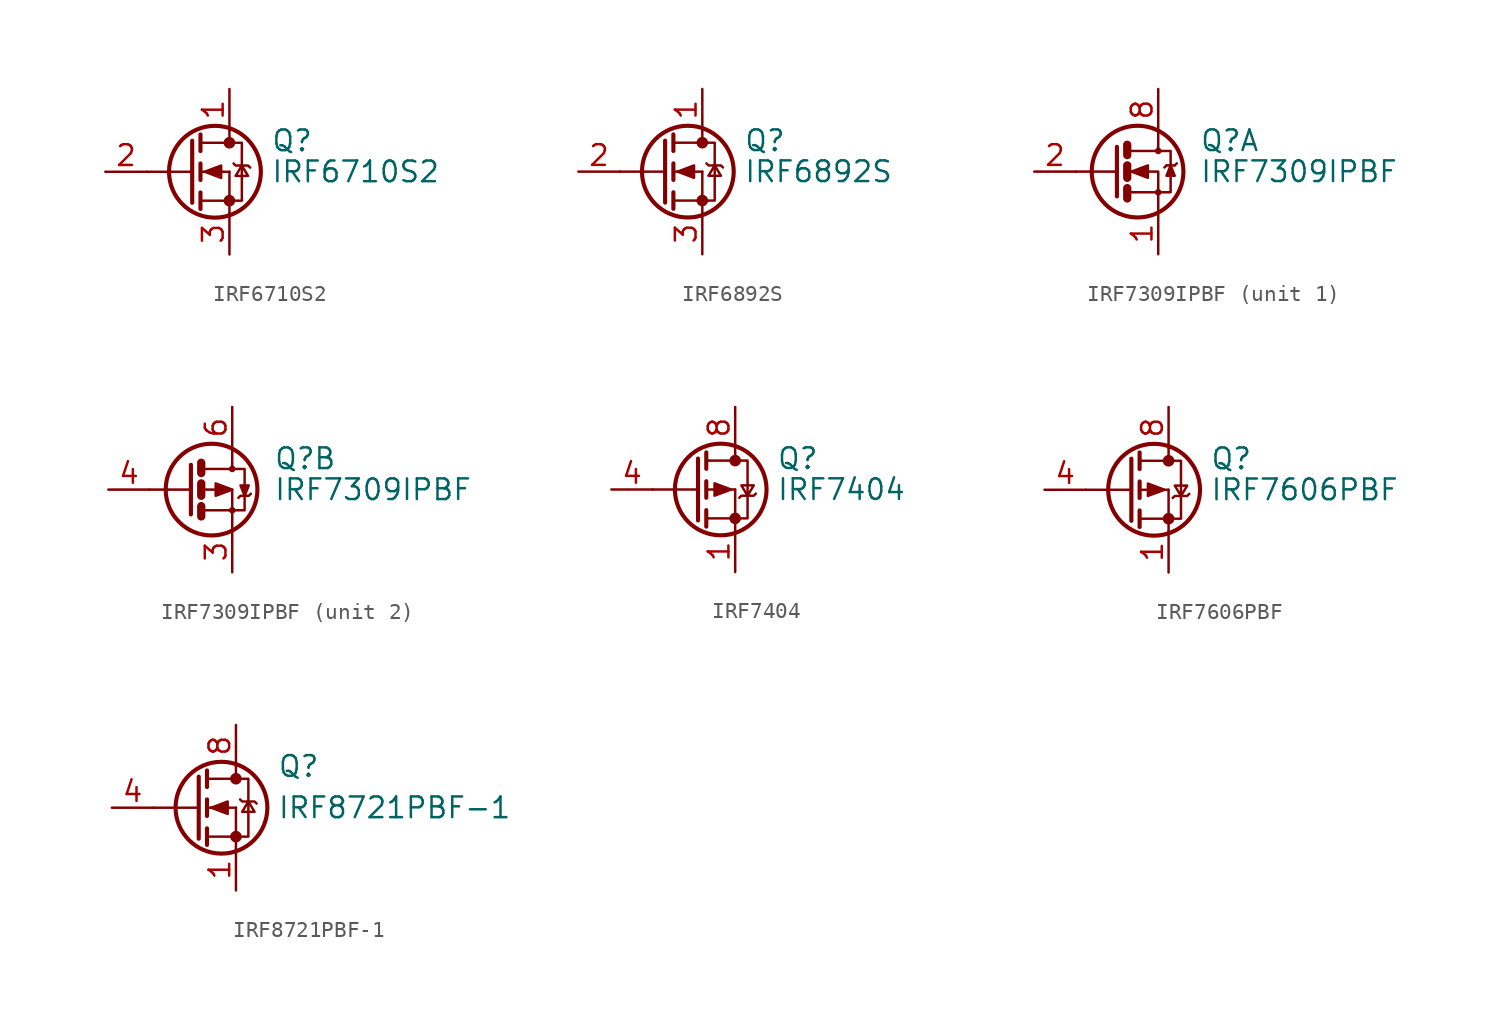
<source format=kicad_sym>
(kicad_symbol_lib
  (version 20201005)
  (generator kicad_symbol_editor)
  (symbol "IRF6710S2"
    (pin_names
      (offset 0) hide)
    (property "Reference" "Q"
      (at 5.08 1.905 0)
      (effects (font (size 1.27 1.27)) (justify left)))
    (property "Value" "IRF6710S2"
      (at 5.08 0 0)
      (effects (font (size 1.27 1.27)) (justify left)))
    (symbol "IRF6710S2_0_1"
      (circle (center 1.651 0) (radius 2.819) (stroke (width 0.254)) (fill (type none)))
      (circle (center 2.54 -1.778) (radius 0.279) (stroke (width 0)) (fill (type outline)))
      (circle (center 2.54 1.778) (radius 0.279) (stroke (width 0)) (fill (type outline)))
      (polyline (pts (xy -2.54 0) (xy 0.254 0)) (stroke (width 0)) (fill (type none)))
      (polyline (pts (xy 0.762 -1.778) (xy 2.54 -1.778)) (stroke (width 0)) (fill (type none)))
      (polyline (pts (xy 0.762 -1.27) (xy 0.762 -2.286)) (stroke (width 0.254)) (fill (type none)))
      (polyline (pts (xy 0.762 0) (xy 2.54 0)) (stroke (width 0)) (fill (type none)))
      (polyline (pts (xy 0.762 0.508) (xy 0.762 -0.508)) (stroke (width 0.254)) (fill (type none)))
      (polyline (pts (xy 0.762 1.778) (xy 2.54 1.778)) (stroke (width 0)) (fill (type none)))
      (polyline (pts (xy 0.762 2.286) (xy 0.762 1.27)) (stroke (width 0.254)) (fill (type none)))
      (polyline (pts (xy 2.54 -1.778) (xy 2.54 -2.54)) (stroke (width 0)) (fill (type none)))
      (polyline (pts (xy 2.54 -1.778) (xy 2.54 0)) (stroke (width 0)) (fill (type none)))
      (polyline (pts (xy 2.54 2.54) (xy 2.54 1.778)) (stroke (width 0)) (fill (type none)))
      (polyline (pts (xy 0.254 1.905) (xy 0.254 -1.905) (xy 0.254 -1.905)) (stroke (width 0.254)) (fill (type none)))
      (polyline (pts (xy 1.016 0) (xy 2.032 0.381) (xy 2.032 -0.381) (xy 1.016 0)) (stroke (width 0)) (fill (type outline)))
      (polyline (pts (xy 2.54 -1.778) (xy 3.302 -1.778) (xy 3.302 1.778) (xy 2.54 1.778)) (stroke (width 0)) (fill (type none)))
      (polyline (pts (xy 2.794 0.508) (xy 2.921 0.381) (xy 3.683 0.381) (xy 3.81 0.254)) (stroke (width 0)) (fill (type none)))
      (polyline (pts (xy 3.302 0.381) (xy 2.921 -0.254) (xy 3.683 -0.254) (xy 3.302 0.381)) (stroke (width 0)) (fill (type none))))
    (symbol "IRF6710S2_1_1"
      (pin passive line (at 2.54 5.08 270) (length 2.54) (name "D" (effects (font (size 1.27 1.27)))) (number "1" (effects (font (size 1.27 1.27)))))
      (pin input line (at -5.08 0 0) (length 2.54) (name "G" (effects (font (size 1.27 1.27)))) (number "2" (effects (font (size 1.27 1.27)))))
      (pin passive line (at 2.54 -5.08 90) (length 2.54) (name "S" (effects (font (size 1.27 1.27)))) (number "3" (effects (font (size 1.27 1.27)))))))
  (symbol "IRF6892S"
    (pin_names
      (offset 0) hide)
    (property "Reference" "Q"
      (at 5.08 1.905 0)
      (effects (font (size 1.27 1.27)) (justify left)))
    (property "Value" "IRF6892S"
      (at 5.08 0 0)
      (effects (font (size 1.27 1.27)) (justify left)))
    (symbol "IRF6892S_0_1"
      (circle (center 1.651 0) (radius 2.819) (stroke (width 0.254)) (fill (type none)))
      (circle (center 2.54 -1.778) (radius 0.279) (stroke (width 0)) (fill (type outline)))
      (circle (center 2.54 1.778) (radius 0.279) (stroke (width 0)) (fill (type outline)))
      (polyline (pts (xy -2.54 0) (xy 0.254 0)) (stroke (width 0)) (fill (type none)))
      (polyline (pts (xy 0.762 -1.778) (xy 2.54 -1.778)) (stroke (width 0)) (fill (type none)))
      (polyline (pts (xy 0.762 -1.27) (xy 0.762 -2.286)) (stroke (width 0.254)) (fill (type none)))
      (polyline (pts (xy 0.762 0) (xy 2.54 0)) (stroke (width 0)) (fill (type none)))
      (polyline (pts (xy 0.762 0.508) (xy 0.762 -0.508)) (stroke (width 0.254)) (fill (type none)))
      (polyline (pts (xy 0.762 1.778) (xy 2.54 1.778)) (stroke (width 0)) (fill (type none)))
      (polyline (pts (xy 0.762 2.286) (xy 0.762 1.27)) (stroke (width 0.254)) (fill (type none)))
      (polyline (pts (xy 2.54 -1.778) (xy 2.54 -2.54)) (stroke (width 0)) (fill (type none)))
      (polyline (pts (xy 2.54 -1.778) (xy 2.54 0)) (stroke (width 0)) (fill (type none)))
      (polyline (pts (xy 2.54 2.54) (xy 2.54 1.778)) (stroke (width 0)) (fill (type none)))
      (polyline (pts (xy 0.254 1.905) (xy 0.254 -1.905) (xy 0.254 -1.905)) (stroke (width 0.254)) (fill (type none)))
      (polyline (pts (xy 1.016 0) (xy 2.032 0.381) (xy 2.032 -0.381) (xy 1.016 0)) (stroke (width 0)) (fill (type outline)))
      (polyline (pts (xy 2.54 -1.778) (xy 3.302 -1.778) (xy 3.302 1.778) (xy 2.54 1.778)) (stroke (width 0)) (fill (type none)))
      (polyline (pts (xy 2.794 0.508) (xy 2.921 0.381) (xy 3.683 0.381) (xy 3.81 0.254)) (stroke (width 0)) (fill (type none)))
      (polyline (pts (xy 3.302 0.381) (xy 2.921 -0.254) (xy 3.683 -0.254) (xy 3.302 0.381)) (stroke (width 0)) (fill (type none))))
    (symbol "IRF6892S_1_1"
      (pin passive line (at 2.54 5.08 270) (length 2.54) (name "D" (effects (font (size 1.27 1.27)))) (number "1" (effects (font (size 1.27 1.27)))))
      (pin input line (at -5.08 0 0) (length 2.54) (name "G" (effects (font (size 1.27 1.27)))) (number "2" (effects (font (size 1.27 1.27)))))
      (pin passive line (at 2.54 -5.08 90) (length 2.54) (name "S" (effects (font (size 1.27 1.27)))) (number "3" (effects (font (size 1.27 1.27)))))))
  (symbol "IRF7309IPBF"
    (pin_names
      (offset 0) hide)
    (property "Reference" "Q"
      (at 5.08 1.905 0)
      (effects (font (size 1.27 1.27)) (justify left)))
    (property "Value" "IRF7309IPBF"
      (at 5.08 0 0)
      (effects (font (size 1.27 1.27)) (justify left)))
    (property "ki_locked" ""
      (at 0 0 0)
      (effects (font (size 1.27 1.27))))
    (symbol "IRF7309IPBF_0_1"
      (circle (center 1.27 0) (radius 2.819) (stroke (width 0.254)) (fill (type none)))
      (circle (center 2.54 -1.27) (radius 0.127) (stroke (width 0)) (fill (type none)))
      (circle (center 2.54 1.27) (radius 0.127) (stroke (width 0)) (fill (type none)))
      (polyline (pts (xy 0 0) (xy -2.54 0)) (stroke (width 0)) (fill (type none)))
      (polyline (pts (xy 0.635 -1.016) (xy 0.635 -1.651)) (stroke (width 0.508)) (fill (type none)))
      (polyline (pts (xy 0.635 0.381) (xy 0.635 -0.381)) (stroke (width 0.508)) (fill (type none)))
      (polyline (pts (xy 0.635 1.651) (xy 0.635 1.016)) (stroke (width 0.508)) (fill (type none)))
      (polyline (pts (xy 0 1.524) (xy 0 -1.524) (xy 0 -1.524)) (stroke (width 0.254)) (fill (type none)))
      (polyline (pts (xy 0.762 -1.27) (xy 2.54 -1.27) (xy 2.54 -2.54) (xy 2.54 -2.54)) (stroke (width 0)) (fill (type none)))
      (polyline (pts (xy 0.762 1.27) (xy 2.54 1.27) (xy 2.54 2.54) (xy 2.54 2.54)) (stroke (width 0)) (fill (type none)))
      (polyline (pts (xy 2.54 1.27) (xy 3.302 1.27) (xy 3.302 -1.27) (xy 2.54 -1.27)) (stroke (width 0)) (fill (type none)))
      (polyline (pts (xy 0.762 0) (xy 1.27 0) (xy 2.54 0) (xy 2.54 -1.27) (xy 2.54 -1.27)) (stroke (width 0)) (fill (type none))))
    (symbol "IRF7309IPBF_1_1"
      (polyline (pts (xy 3.048 0.381) (xy 2.921 0.254)) (stroke (width 0)) (fill (type none)))
      (polyline (pts (xy 3.048 0.381) (xy 3.556 0.381)) (stroke (width 0)) (fill (type none)))
      (polyline (pts (xy 3.556 0.381) (xy 3.683 0.508)) (stroke (width 0)) (fill (type none)))
      (polyline (pts (xy 3.302 0.381) (xy 3.048 -0.254) (xy 3.556 -0.254) (xy 3.302 0.381)) (stroke (width 0)) (fill (type outline)))
      (polyline (pts (xy 0.889 0) (xy 1.905 0.381) (xy 1.905 -0.381) (xy 0.889 0) (xy 1.016 0) (xy 1.016 0)) (stroke (width 0)) (fill (type outline)))
      (pin passive line (at 2.54 -5.08 90) (length 2.54) (name "S" (effects (font (size 1.27 1.27)))) (number "1" (effects (font (size 1.27 1.27)))))
      (pin input line (at -5.08 0 0) (length 2.54) (name "G" (effects (font (size 1.27 1.27)))) (number "2" (effects (font (size 1.27 1.27)))))
      (pin passive line (at 2.54 5.08 270) (length 2.54) hide (name "D" (effects (font (size 1.27 1.27)))) (number "7" (effects (font (size 1.27 1.27)))))
      (pin passive line (at 2.54 5.08 270) (length 2.54) (name "D" (effects (font (size 1.27 1.27)))) (number "8" (effects (font (size 1.27 1.27))))))
    (symbol "IRF7309IPBF_2_1"
      (polyline (pts (xy 2.54 0) (xy 1.524 0.381) (xy 1.524 -0.381) (xy 2.54 0)) (stroke (width 0)) (fill (type outline)))
      (polyline (pts (xy 2.921 -0.508) (xy 3.048 -0.381) (xy 3.556 -0.381) (xy 3.683 -0.254)) (stroke (width 0)) (fill (type none)))
      (polyline (pts (xy 3.302 -0.381) (xy 3.048 0.254) (xy 3.556 0.254) (xy 3.302 -0.381)) (stroke (width 0)) (fill (type outline)))
      (pin passive line (at 2.54 -5.08 90) (length 2.54) (name "1" (effects (font (size 1.27 1.27)))) (number "3" (effects (font (size 1.27 1.27)))))
      (pin input line (at -5.08 0 0) (length 2.54) (name "G" (effects (font (size 1.27 1.27)))) (number "4" (effects (font (size 1.27 1.27)))))
      (pin passive line (at 2.54 5.08 270) (length 2.54) hide (name "D" (effects (font (size 1.27 1.27)))) (number "5" (effects (font (size 1.27 1.27)))))
      (pin passive line (at 2.54 5.08 270) (length 2.54) (name "D" (effects (font (size 1.27 1.27)))) (number "6" (effects (font (size 1.27 1.27)))))))
  (symbol "IRF7404"
    (pin_names
      (offset 0) hide)
    (property "Reference" "Q"
      (at 5.08 1.905 0)
      (effects (font (size 1.27 1.27)) (justify left)))
    (property "Value" "IRF7404"
      (at 5.08 0 0)
      (effects (font (size 1.27 1.27)) (justify left)))
    (symbol "IRF7404_0_1"
      (circle (center 1.651 0) (radius 2.819) (stroke (width 0.254)) (fill (type none)))
      (circle (center 2.54 -1.778) (radius 0.279) (stroke (width 0)) (fill (type outline)))
      (circle (center 2.54 1.778) (radius 0.279) (stroke (width 0)) (fill (type outline)))
      (polyline (pts (xy -2.54 0) (xy 0.254 0)) (stroke (width 0)) (fill (type none)))
      (polyline (pts (xy 0.762 -1.778) (xy 2.54 -1.778)) (stroke (width 0)) (fill (type none)))
      (polyline (pts (xy 0.762 -1.27) (xy 0.762 -2.286)) (stroke (width 0.254)) (fill (type none)))
      (polyline (pts (xy 0.762 0) (xy 2.54 0)) (stroke (width 0)) (fill (type none)))
      (polyline (pts (xy 0.762 0.508) (xy 0.762 -0.508)) (stroke (width 0.254)) (fill (type none)))
      (polyline (pts (xy 0.762 1.778) (xy 2.54 1.778)) (stroke (width 0)) (fill (type none)))
      (polyline (pts (xy 0.762 2.286) (xy 0.762 1.27)) (stroke (width 0.254)) (fill (type none)))
      (polyline (pts (xy 2.54 -1.778) (xy 2.54 -2.54)) (stroke (width 0)) (fill (type none)))
      (polyline (pts (xy 2.54 -1.778) (xy 2.54 0)) (stroke (width 0)) (fill (type none)))
      (polyline (pts (xy 2.54 2.54) (xy 2.54 1.778)) (stroke (width 0)) (fill (type none)))
      (polyline (pts (xy 0.254 1.905) (xy 0.254 -1.905) (xy 0.254 -1.905)) (stroke (width 0.254)) (fill (type none)))
      (polyline (pts (xy 2.286 0) (xy 1.27 -0.381) (xy 1.27 0.381) (xy 2.286 0)) (stroke (width 0)) (fill (type outline)))
      (polyline (pts (xy 2.54 -1.778) (xy 3.302 -1.778) (xy 3.302 1.778) (xy 2.54 1.778)) (stroke (width 0)) (fill (type none)))
      (polyline (pts (xy 2.794 -0.508) (xy 2.921 -0.381) (xy 3.683 -0.381) (xy 3.81 -0.254)) (stroke (width 0)) (fill (type none)))
      (polyline (pts (xy 3.302 -0.381) (xy 2.921 0.254) (xy 3.683 0.254) (xy 3.302 -0.381)) (stroke (width 0)) (fill (type none))))
    (symbol "IRF7404_1_1"
      (pin passive line (at 2.54 -5.08 90) (length 2.54) (name "S" (effects (font (size 1.27 1.27)))) (number "1" (effects (font (size 1.27 1.27)))))
      (pin passive line (at 2.54 -5.08 90) (length 2.54) hide (name "S" (effects (font (size 1.27 1.27)))) (number "2" (effects (font (size 1.27 1.27)))))
      (pin passive line (at 2.54 -5.08 90) (length 2.54) hide (name "S" (effects (font (size 1.27 1.27)))) (number "3" (effects (font (size 1.27 1.27)))))
      (pin passive line (at -5.08 0 0) (length 2.54) (name "G" (effects (font (size 1.27 1.27)))) (number "4" (effects (font (size 1.27 1.27)))))
      (pin passive line (at 2.54 5.08 270) (length 2.54) hide (name "D" (effects (font (size 1.27 1.27)))) (number "5" (effects (font (size 1.27 1.27)))))
      (pin passive line (at 2.54 5.08 270) (length 2.54) hide (name "D" (effects (font (size 1.27 1.27)))) (number "6" (effects (font (size 1.27 1.27)))))
      (pin passive line (at 2.54 5.08 270) (length 2.54) hide (name "D" (effects (font (size 1.27 1.27)))) (number "7" (effects (font (size 1.27 1.27)))))
      (pin passive line (at 2.54 5.08 270) (length 2.54) (name "D" (effects (font (size 1.27 1.27)))) (number "8" (effects (font (size 1.27 1.27)))))))
  (symbol "IRF7606PBF"
    (pin_names
      (offset 0) hide)
    (property "Reference" "Q"
      (at 5.08 1.905 0)
      (effects (font (size 1.27 1.27)) (justify left)))
    (property "Value" "IRF7606PBF"
      (at 5.08 0 0)
      (effects (font (size 1.27 1.27)) (justify left)))
    (symbol "IRF7606PBF_0_1"
      (circle (center 1.651 0) (radius 2.819) (stroke (width 0.254)) (fill (type none)))
      (circle (center 2.54 -1.778) (radius 0.279) (stroke (width 0)) (fill (type outline)))
      (circle (center 2.54 1.778) (radius 0.279) (stroke (width 0)) (fill (type outline)))
      (polyline (pts (xy -2.54 0) (xy 0.254 0)) (stroke (width 0)) (fill (type none)))
      (polyline (pts (xy 0.762 -1.778) (xy 2.54 -1.778)) (stroke (width 0)) (fill (type none)))
      (polyline (pts (xy 0.762 -1.27) (xy 0.762 -2.286)) (stroke (width 0.254)) (fill (type none)))
      (polyline (pts (xy 0.762 0) (xy 2.54 0)) (stroke (width 0)) (fill (type none)))
      (polyline (pts (xy 0.762 0.508) (xy 0.762 -0.508)) (stroke (width 0.254)) (fill (type none)))
      (polyline (pts (xy 0.762 1.778) (xy 2.54 1.778)) (stroke (width 0)) (fill (type none)))
      (polyline (pts (xy 0.762 2.286) (xy 0.762 1.27)) (stroke (width 0.254)) (fill (type none)))
      (polyline (pts (xy 2.54 -1.778) (xy 2.54 -2.54)) (stroke (width 0)) (fill (type none)))
      (polyline (pts (xy 2.54 -1.778) (xy 2.54 0)) (stroke (width 0)) (fill (type none)))
      (polyline (pts (xy 2.54 2.54) (xy 2.54 1.778)) (stroke (width 0)) (fill (type none)))
      (polyline (pts (xy 0.254 1.905) (xy 0.254 -1.905) (xy 0.254 -1.905)) (stroke (width 0.254)) (fill (type none)))
      (polyline (pts (xy 2.286 0) (xy 1.27 -0.381) (xy 1.27 0.381) (xy 2.286 0)) (stroke (width 0)) (fill (type outline)))
      (polyline (pts (xy 2.54 -1.778) (xy 3.302 -1.778) (xy 3.302 1.778) (xy 2.54 1.778)) (stroke (width 0)) (fill (type none)))
      (polyline (pts (xy 2.794 -0.508) (xy 2.921 -0.381) (xy 3.683 -0.381) (xy 3.81 -0.254)) (stroke (width 0)) (fill (type none)))
      (polyline (pts (xy 3.302 -0.381) (xy 2.921 0.254) (xy 3.683 0.254) (xy 3.302 -0.381)) (stroke (width 0)) (fill (type none))))
    (symbol "IRF7606PBF_1_1"
      (pin passive line (at 2.54 -5.08 90) (length 2.54) (name "S" (effects (font (size 1.27 1.27)))) (number "1" (effects (font (size 1.27 1.27)))))
      (pin passive line (at 2.54 -5.08 90) (length 2.54) hide (name "S" (effects (font (size 1.27 1.27)))) (number "2" (effects (font (size 1.27 1.27)))))
      (pin passive line (at 2.54 -5.08 90) (length 2.54) hide (name "S" (effects (font (size 1.27 1.27)))) (number "3" (effects (font (size 1.27 1.27)))))
      (pin passive line (at -5.08 0 0) (length 2.54) (name "G" (effects (font (size 1.27 1.27)))) (number "4" (effects (font (size 1.27 1.27)))))
      (pin passive line (at 2.54 5.08 270) (length 2.54) hide (name "D" (effects (font (size 1.27 1.27)))) (number "5" (effects (font (size 1.27 1.27)))))
      (pin passive line (at 2.54 5.08 270) (length 2.54) hide (name "D" (effects (font (size 1.27 1.27)))) (number "6" (effects (font (size 1.27 1.27)))))
      (pin passive line (at 2.54 5.08 270) (length 2.54) hide (name "D" (effects (font (size 1.27 1.27)))) (number "7" (effects (font (size 1.27 1.27)))))
      (pin passive line (at 2.54 5.08 270) (length 2.54) (name "D" (effects (font (size 1.27 1.27)))) (number "8" (effects (font (size 1.27 1.27)))))))
  (symbol "IRF8721PBF-1"
    (pin_names
      (offset 0) hide)
    (property "Reference" "Q"
      (at 5.08 2.54 0)
      (effects (font (size 1.27 1.27)) (justify left)))
    (property "Value" "IRF8721PBF-1"
      (at 5.08 0 0)
      (effects (font (size 1.27 1.27)) (justify left)))
    (symbol "IRF8721PBF-1_0_1"
      (circle (center 1.651 0) (radius 2.819) (stroke (width 0.254)) (fill (type none)))
      (circle (center 2.54 -1.778) (radius 0.279) (stroke (width 0)) (fill (type outline)))
      (circle (center 2.54 1.778) (radius 0.279) (stroke (width 0)) (fill (type outline)))
      (polyline (pts (xy -2.54 0) (xy 0.254 0)) (stroke (width 0)) (fill (type none)))
      (polyline (pts (xy 0.762 -1.778) (xy 2.54 -1.778)) (stroke (width 0)) (fill (type none)))
      (polyline (pts (xy 0.762 -1.27) (xy 0.762 -2.286)) (stroke (width 0.254)) (fill (type none)))
      (polyline (pts (xy 0.762 0) (xy 2.54 0)) (stroke (width 0)) (fill (type none)))
      (polyline (pts (xy 0.762 0.508) (xy 0.762 -0.508)) (stroke (width 0.254)) (fill (type none)))
      (polyline (pts (xy 0.762 1.778) (xy 2.54 1.778)) (stroke (width 0)) (fill (type none)))
      (polyline (pts (xy 0.762 2.286) (xy 0.762 1.27)) (stroke (width 0.254)) (fill (type none)))
      (polyline (pts (xy 2.54 -1.778) (xy 2.54 -2.54)) (stroke (width 0)) (fill (type none)))
      (polyline (pts (xy 2.54 -1.778) (xy 2.54 0)) (stroke (width 0)) (fill (type none)))
      (polyline (pts (xy 2.54 2.54) (xy 2.54 1.778)) (stroke (width 0)) (fill (type none)))
      (polyline (pts (xy 0.254 1.905) (xy 0.254 -1.905) (xy 0.254 -1.905)) (stroke (width 0.254)) (fill (type none)))
      (polyline (pts (xy 1.016 0) (xy 2.032 0.381) (xy 2.032 -0.381) (xy 1.016 0)) (stroke (width 0)) (fill (type outline)))
      (polyline (pts (xy 2.54 -1.778) (xy 3.302 -1.778) (xy 3.302 1.778) (xy 2.54 1.778)) (stroke (width 0)) (fill (type none)))
      (polyline (pts (xy 2.794 0.508) (xy 2.921 0.381) (xy 3.683 0.381) (xy 3.81 0.254)) (stroke (width 0)) (fill (type none)))
      (polyline (pts (xy 3.302 0.381) (xy 2.921 -0.254) (xy 3.683 -0.254) (xy 3.302 0.381)) (stroke (width 0)) (fill (type none))))
    (symbol "IRF8721PBF-1_1_1"
      (pin passive line (at 2.54 -5.08 90) (length 2.54) (name "S" (effects (font (size 1.27 1.27)))) (number "1" (effects (font (size 1.27 1.27)))))
      (pin passive line (at 2.54 -5.08 90) (length 2.54) hide (name "S" (effects (font (size 1.27 1.27)))) (number "2" (effects (font (size 1.27 1.27)))))
      (pin passive line (at 2.54 -5.08 90) (length 2.54) hide (name "S" (effects (font (size 1.27 1.27)))) (number "3" (effects (font (size 1.27 1.27)))))
      (pin input line (at -5.08 0 0) (length 2.54) (name "G" (effects (font (size 1.27 1.27)))) (number "4" (effects (font (size 1.27 1.27)))))
      (pin passive line (at 2.54 5.08 270) (length 2.54) hide (name "D" (effects (font (size 1.27 1.27)))) (number "5" (effects (font (size 1.27 1.27)))))
      (pin passive line (at 2.54 5.08 270) (length 2.54) hide (name "D" (effects (font (size 1.27 1.27)))) (number "6" (effects (font (size 1.27 1.27)))))
      (pin passive line (at 2.54 5.08 270) (length 2.54) hide (name "D" (effects (font (size 1.27 1.27)))) (number "7" (effects (font (size 1.27 1.27)))))
      (pin passive line (at 2.54 5.08 270) (length 2.54) (name "D" (effects (font (size 1.27 1.27)))) (number "8" (effects (font (size 1.27 1.27))))))))
</source>
